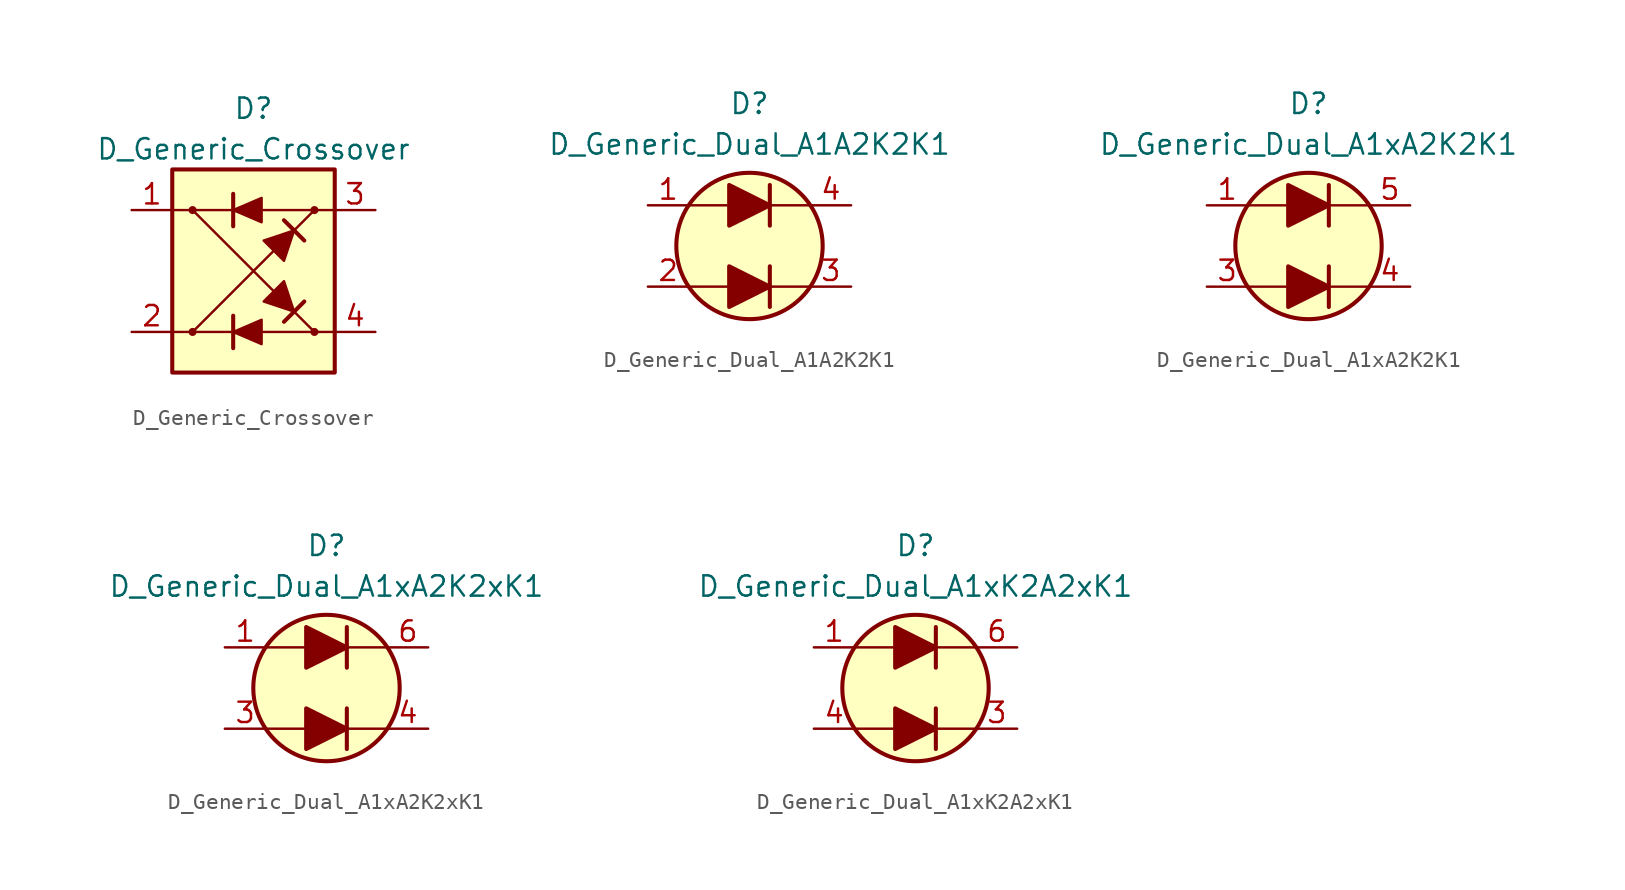
<source format=kicad_sym>
(kicad_symbol_lib
  (version 20211014)
  (generator kicad_symbol_editor)
  (symbol "D_Generic_Crossover"
    (pin_names
      (offset 1.016) hide)
    (property "Reference" "D"
      (at 0 10.16 0)
      (effects (font (size 1.27 1.27))))
    (property "Value" "D_Generic_Crossover"
      (at 0 7.62 0)
      (effects (font (size 1.27 1.27))))
    (symbol "D_Generic_Crossover_0_1"
      (circle (center -3.81 3.81) (radius 0.178) (stroke (width 0) (type default) (color 0 0 0 0)) (fill (type outline)))
      (polyline (pts (xy -5.08 -3.81) (xy -1.27 -3.81)) (stroke (width 0) (type default) (color 0 0 0 0)) (fill (type none)))
      (polyline (pts (xy -3.81 -3.81) (xy 3.81 3.81)) (stroke (width 0) (type default) (color 0 0 0 0)) (fill (type none)))
      (polyline (pts (xy -1.27 -4.826) (xy -1.27 -2.794)) (stroke (width 0.254) (type default) (color 0 0 0 0)) (fill (type none)))
      (polyline (pts (xy -1.27 2.794) (xy -1.27 4.826)) (stroke (width 0.254) (type default) (color 0 0 0 0)) (fill (type none)))
      (polyline (pts (xy -1.27 3.81) (xy -5.08 3.81)) (stroke (width 0) (type default) (color 0 0 0 0)) (fill (type none)))
      (polyline (pts (xy 1.905 -3.175) (xy 3.175 -1.905)) (stroke (width 0.254) (type default) (color 0 0 0 0)) (fill (type none)))
      (polyline (pts (xy 3.175 1.905) (xy 1.905 3.175)) (stroke (width 0.254) (type default) (color 0 0 0 0)) (fill (type none)))
      (polyline (pts (xy 3.81 -3.81) (xy -3.81 3.81)) (stroke (width 0) (type default) (color 0 0 0 0)) (fill (type none)))
      (polyline (pts (xy 5.08 3.81) (xy 0.508 3.81)) (stroke (width 0) (type default) (color 0 0 0 0)) (fill (type none)))
      (polyline (pts (xy 0.508 4.572) (xy 0.508 3.048) (xy -1.27 3.81) (xy 0.508 4.572)) (stroke (width 0) (type default) (color 0 0 0 0)) (fill (type outline)))
      (polyline (pts (xy 2.54 -2.54) (xy 1.905 -0.635) (xy 0.635 -1.905) (xy 2.54 -2.54)) (stroke (width 0) (type default) (color 0 0 0 0)) (fill (type outline)))
      (polyline (pts (xy 2.54 2.54) (xy 0.635 1.905) (xy 1.905 0.635) (xy 2.54 2.54)) (stroke (width 0) (type default) (color 0 0 0 0)) (fill (type outline))))
    (symbol "D_Generic_Crossover_1_1"
      (rectangle (start -5.08 6.35) (end 5.08 -6.35) (stroke (width 0.254) (type default) (color 0 0 0 0)) (fill (type background)))
      (circle (center -3.81 -3.81) (radius 0.178) (stroke (width 0) (type default) (color 0 0 0 0)) (fill (type outline)))
      (polyline (pts (xy 5.08 -3.81) (xy 0.508 -3.81)) (stroke (width 0) (type default) (color 0 0 0 0)) (fill (type none)))
      (polyline (pts (xy 0.508 -3.048) (xy 0.508 -4.572) (xy -1.27 -3.81) (xy 0.508 -3.048)) (stroke (width 0) (type default) (color 0 0 0 0)) (fill (type outline)))
      (circle (center 3.81 -3.81) (radius 0.178) (stroke (width 0) (type default) (color 0 0 0 0)) (fill (type outline)))
      (circle (center 3.81 3.81) (radius 0.178) (stroke (width 0) (type default) (color 0 0 0 0)) (fill (type outline)))
      (pin passive line (at -7.62 3.81 0) (length 2.54) (name "1" (effects (font (size 1.27 1.27)))) (number "1" (effects (font (size 1.27 1.27)))))
      (pin passive line (at -7.62 -3.81 0) (length 2.54) (name "2" (effects (font (size 1.27 1.27)))) (number "2" (effects (font (size 1.27 1.27)))))
      (pin passive line (at 7.62 3.81 180) (length 2.54) (name "3" (effects (font (size 1.27 1.27)))) (number "3" (effects (font (size 1.27 1.27)))))
      (pin passive line (at 7.62 -3.81 180) (length 2.54) (name "4" (effects (font (size 1.27 1.27)))) (number "4" (effects (font (size 1.27 1.27)))))))
  (symbol "D_Generic_Dual_A1A2K2K1"
    (pin_names
      (offset 1.016) hide)
    (property "Reference" "D"
      (at 0 8.89 0)
      (effects (font (size 1.27 1.27))))
    (property "Value" "D_Generic_Dual_A1A2K2K1"
      (at 0 6.35 0)
      (effects (font (size 1.27 1.27))))
    (symbol "D_Generic_Dual_A1A2K2K1_0_1"
      (polyline (pts (xy -3.81 -2.54) (xy -1.27 -2.54)) (stroke (width 0) (type default) (color 0 0 0 0)) (fill (type none)))
      (polyline (pts (xy -3.81 2.54) (xy -1.27 2.54)) (stroke (width 0) (type default) (color 0 0 0 0)) (fill (type none)))
      (polyline (pts (xy 1.27 -2.54) (xy 3.81 -2.54)) (stroke (width 0) (type default) (color 0 0 0 0)) (fill (type none)))
      (polyline (pts (xy 1.27 -1.27) (xy 1.27 -3.81)) (stroke (width 0.254) (type default) (color 0 0 0 0)) (fill (type none)))
      (polyline (pts (xy 1.27 2.54) (xy 3.81 2.54)) (stroke (width 0) (type default) (color 0 0 0 0)) (fill (type none)))
      (polyline (pts (xy 1.27 3.81) (xy 1.27 1.27)) (stroke (width 0.254) (type default) (color 0 0 0 0)) (fill (type none)))
      (circle (center 0 0) (radius 4.572) (stroke (width 0.254) (type default) (color 0 0 0 0)) (fill (type background))))
    (symbol "D_Generic_Dual_A1A2K2K1_1_1"
      (polyline (pts (xy -1.27 -2.54) (xy 1.27 -2.54)) (stroke (width 0) (type default) (color 0 0 0 0)) (fill (type none)))
      (polyline (pts (xy -1.27 2.54) (xy 1.27 2.54)) (stroke (width 0) (type default) (color 0 0 0 0)) (fill (type none)))
      (polyline (pts (xy -1.27 -1.27) (xy -1.27 -3.81) (xy 1.27 -2.54) (xy -1.27 -1.27)) (stroke (width 0.254) (type default) (color 0 0 0 0)) (fill (type outline)))
      (polyline (pts (xy -1.27 3.81) (xy -1.27 1.27) (xy 1.27 2.54) (xy -1.27 3.81)) (stroke (width 0.254) (type default) (color 0 0 0 0)) (fill (type outline)))
      (pin passive line (at -6.35 2.54 0) (length 2.54) (name "A1" (effects (font (size 1.27 1.27)))) (number "1" (effects (font (size 1.27 1.27)))))
      (pin passive line (at -6.35 -2.54 0) (length 2.54) (name "A2" (effects (font (size 1.27 1.27)))) (number "2" (effects (font (size 1.27 1.27)))))
      (pin passive line (at 6.35 -2.54 180) (length 2.54) (name "K2" (effects (font (size 1.27 1.27)))) (number "3" (effects (font (size 1.27 1.27)))))
      (pin passive line (at 6.35 2.54 180) (length 2.54) (name "K1" (effects (font (size 1.27 1.27)))) (number "4" (effects (font (size 1.27 1.27)))))))
  (symbol "D_Generic_Dual_A1xA2K2K1"
    (pin_names
      (offset 1.016) hide)
    (property "Reference" "D"
      (at 0 8.89 0)
      (effects (font (size 1.27 1.27))))
    (property "Value" "D_Generic_Dual_A1xA2K2K1"
      (at 0 6.35 0)
      (effects (font (size 1.27 1.27))))
    (symbol "D_Generic_Dual_A1xA2K2K1_0_1"
      (polyline (pts (xy -3.81 -2.54) (xy -1.27 -2.54)) (stroke (width 0) (type default) (color 0 0 0 0)) (fill (type none)))
      (polyline (pts (xy -3.81 2.54) (xy -1.27 2.54)) (stroke (width 0) (type default) (color 0 0 0 0)) (fill (type none)))
      (polyline (pts (xy 1.27 -2.54) (xy 3.81 -2.54)) (stroke (width 0) (type default) (color 0 0 0 0)) (fill (type none)))
      (polyline (pts (xy 1.27 -1.27) (xy 1.27 -3.81)) (stroke (width 0.254) (type default) (color 0 0 0 0)) (fill (type none)))
      (polyline (pts (xy 1.27 2.54) (xy 3.81 2.54)) (stroke (width 0) (type default) (color 0 0 0 0)) (fill (type none)))
      (polyline (pts (xy 1.27 3.81) (xy 1.27 1.27)) (stroke (width 0.254) (type default) (color 0 0 0 0)) (fill (type none)))
      (circle (center 0 0) (radius 4.572) (stroke (width 0.254) (type default) (color 0 0 0 0)) (fill (type background))))
    (symbol "D_Generic_Dual_A1xA2K2K1_1_1"
      (polyline (pts (xy -1.27 -2.54) (xy 1.27 -2.54)) (stroke (width 0) (type default) (color 0 0 0 0)) (fill (type none)))
      (polyline (pts (xy -1.27 2.54) (xy 1.27 2.54)) (stroke (width 0) (type default) (color 0 0 0 0)) (fill (type none)))
      (polyline (pts (xy -1.27 -1.27) (xy -1.27 -3.81) (xy 1.27 -2.54) (xy -1.27 -1.27)) (stroke (width 0.254) (type default) (color 0 0 0 0)) (fill (type outline)))
      (polyline (pts (xy -1.27 3.81) (xy -1.27 1.27) (xy 1.27 2.54) (xy -1.27 3.81)) (stroke (width 0.254) (type default) (color 0 0 0 0)) (fill (type outline)))
      (pin passive line (at -6.35 2.54 0) (length 2.54) (name "A1" (effects (font (size 1.27 1.27)))) (number "1" (effects (font (size 1.27 1.27)))))
      (pin no_connect line (at 0 0 0) (length 2.54) hide (name "NC" (effects (font (size 1.27 1.27)))) (number "2" (effects (font (size 1.27 1.27)))))
      (pin passive line (at -6.35 -2.54 0) (length 2.54) (name "A2" (effects (font (size 1.27 1.27)))) (number "3" (effects (font (size 1.27 1.27)))))
      (pin passive line (at 6.35 -2.54 180) (length 2.54) (name "K2" (effects (font (size 1.27 1.27)))) (number "4" (effects (font (size 1.27 1.27)))))
      (pin passive line (at 6.35 2.54 180) (length 2.54) (name "K1" (effects (font (size 1.27 1.27)))) (number "5" (effects (font (size 1.27 1.27)))))))
  (symbol "D_Generic_Dual_A1xA2K2xK1"
    (pin_names
      (offset 1.016) hide)
    (property "Reference" "D"
      (at 0 8.89 0)
      (effects (font (size 1.27 1.27))))
    (property "Value" "D_Generic_Dual_A1xA2K2xK1"
      (at 0 6.35 0)
      (effects (font (size 1.27 1.27))))
    (symbol "D_Generic_Dual_A1xA2K2xK1_0_1"
      (polyline (pts (xy -3.81 -2.54) (xy -1.27 -2.54)) (stroke (width 0) (type default) (color 0 0 0 0)) (fill (type none)))
      (polyline (pts (xy -3.81 2.54) (xy -1.27 2.54)) (stroke (width 0) (type default) (color 0 0 0 0)) (fill (type none)))
      (polyline (pts (xy 1.27 -2.54) (xy 3.81 -2.54)) (stroke (width 0) (type default) (color 0 0 0 0)) (fill (type none)))
      (polyline (pts (xy 1.27 -1.27) (xy 1.27 -3.81)) (stroke (width 0.254) (type default) (color 0 0 0 0)) (fill (type none)))
      (polyline (pts (xy 1.27 2.54) (xy 3.81 2.54)) (stroke (width 0) (type default) (color 0 0 0 0)) (fill (type none)))
      (polyline (pts (xy 1.27 3.81) (xy 1.27 1.27)) (stroke (width 0.254) (type default) (color 0 0 0 0)) (fill (type none)))
      (circle (center 0 0) (radius 4.572) (stroke (width 0.254) (type default) (color 0 0 0 0)) (fill (type background))))
    (symbol "D_Generic_Dual_A1xA2K2xK1_1_1"
      (polyline (pts (xy -1.27 -2.54) (xy 1.27 -2.54)) (stroke (width 0) (type default) (color 0 0 0 0)) (fill (type none)))
      (polyline (pts (xy -1.27 2.54) (xy 1.27 2.54)) (stroke (width 0) (type default) (color 0 0 0 0)) (fill (type none)))
      (polyline (pts (xy -1.27 -1.27) (xy -1.27 -3.81) (xy 1.27 -2.54) (xy -1.27 -1.27)) (stroke (width 0.254) (type default) (color 0 0 0 0)) (fill (type outline)))
      (polyline (pts (xy -1.27 3.81) (xy -1.27 1.27) (xy 1.27 2.54) (xy -1.27 3.81)) (stroke (width 0.254) (type default) (color 0 0 0 0)) (fill (type outline)))
      (pin passive line (at -6.35 2.54 0) (length 2.54) (name "A1" (effects (font (size 1.27 1.27)))) (number "1" (effects (font (size 1.27 1.27)))))
      (pin no_connect line (at -2.54 0 0) (length 2.54) hide (name "NC" (effects (font (size 1.27 1.27)))) (number "2" (effects (font (size 1.27 1.27)))))
      (pin passive line (at -6.35 -2.54 0) (length 2.54) (name "A2" (effects (font (size 1.27 1.27)))) (number "3" (effects (font (size 1.27 1.27)))))
      (pin passive line (at 6.35 -2.54 180) (length 2.54) (name "K2" (effects (font (size 1.27 1.27)))) (number "4" (effects (font (size 1.27 1.27)))))
      (pin no_connect line (at 2.54 0 180) (length 2.54) hide (name "NC" (effects (font (size 1.27 1.27)))) (number "5" (effects (font (size 1.27 1.27)))))
      (pin passive line (at 6.35 2.54 180) (length 2.54) (name "K1" (effects (font (size 1.27 1.27)))) (number "6" (effects (font (size 1.27 1.27)))))))
  (symbol "D_Generic_Dual_A1xK2A2xK1"
    (pin_names
      (offset 1.016) hide)
    (property "Reference" "D"
      (at 0 8.89 0)
      (effects (font (size 1.27 1.27))))
    (property "Value" "D_Generic_Dual_A1xK2A2xK1"
      (at 0 6.35 0)
      (effects (font (size 1.27 1.27))))
    (symbol "D_Generic_Dual_A1xK2A2xK1_0_1"
      (polyline (pts (xy -3.81 -2.54) (xy -1.27 -2.54)) (stroke (width 0) (type default) (color 0 0 0 0)) (fill (type none)))
      (polyline (pts (xy -3.81 2.54) (xy -1.27 2.54)) (stroke (width 0) (type default) (color 0 0 0 0)) (fill (type none)))
      (polyline (pts (xy 1.27 -2.54) (xy 3.81 -2.54)) (stroke (width 0) (type default) (color 0 0 0 0)) (fill (type none)))
      (polyline (pts (xy 1.27 -1.27) (xy 1.27 -3.81)) (stroke (width 0.254) (type default) (color 0 0 0 0)) (fill (type none)))
      (polyline (pts (xy 1.27 2.54) (xy 3.81 2.54)) (stroke (width 0) (type default) (color 0 0 0 0)) (fill (type none)))
      (polyline (pts (xy 1.27 3.81) (xy 1.27 1.27)) (stroke (width 0.254) (type default) (color 0 0 0 0)) (fill (type none)))
      (circle (center 0 0) (radius 4.572) (stroke (width 0.254) (type default) (color 0 0 0 0)) (fill (type background))))
    (symbol "D_Generic_Dual_A1xK2A2xK1_1_1"
      (polyline (pts (xy -1.27 -2.54) (xy 1.27 -2.54)) (stroke (width 0) (type default) (color 0 0 0 0)) (fill (type none)))
      (polyline (pts (xy -1.27 2.54) (xy 1.27 2.54)) (stroke (width 0) (type default) (color 0 0 0 0)) (fill (type none)))
      (polyline (pts (xy -1.27 -1.27) (xy -1.27 -3.81) (xy 1.27 -2.54) (xy -1.27 -1.27)) (stroke (width 0.254) (type default) (color 0 0 0 0)) (fill (type outline)))
      (polyline (pts (xy -1.27 3.81) (xy -1.27 1.27) (xy 1.27 2.54) (xy -1.27 3.81)) (stroke (width 0.254) (type default) (color 0 0 0 0)) (fill (type outline)))
      (pin passive line (at -6.35 2.54 0) (length 2.54) (name "A1" (effects (font (size 1.27 1.27)))) (number "1" (effects (font (size 1.27 1.27)))))
      (pin no_connect line (at -2.54 0 0) (length 2.54) hide (name "NC" (effects (font (size 1.27 1.27)))) (number "2" (effects (font (size 1.27 1.27)))))
      (pin passive line (at 6.35 -2.54 180) (length 2.54) (name "K2" (effects (font (size 1.27 1.27)))) (number "3" (effects (font (size 1.27 1.27)))))
      (pin passive line (at -6.35 -2.54 0) (length 2.54) (name "A2" (effects (font (size 1.27 1.27)))) (number "4" (effects (font (size 1.27 1.27)))))
      (pin no_connect line (at 2.54 0 180) (length 2.54) hide (name "NC" (effects (font (size 1.27 1.27)))) (number "5" (effects (font (size 1.27 1.27)))))
      (pin passive line (at 6.35 2.54 180) (length 2.54) (name "K1" (effects (font (size 1.27 1.27)))) (number "6" (effects (font (size 1.27 1.27))))))))
</source>
